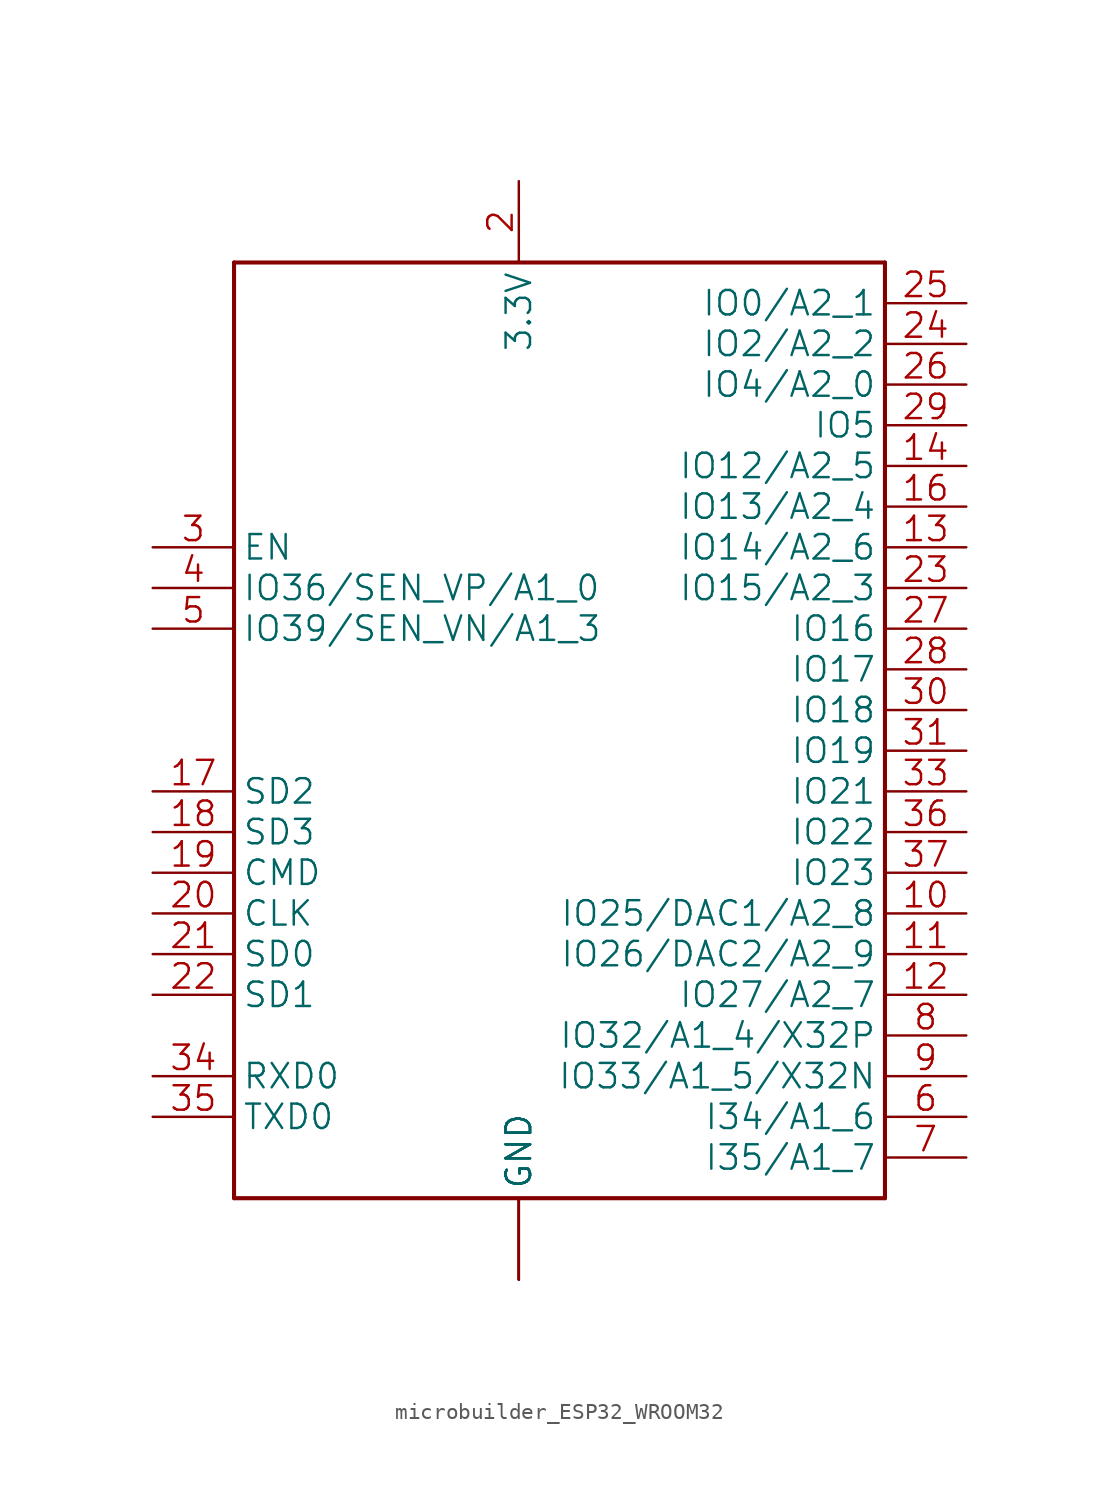
<source format=kicad_sym>
(kicad_symbol_lib
  (version 20241209)
  (generator "kicad_symbol_editor")
  (generator_version "9.0")
  (symbol "microbuilder_ESP32_WROOM32"
    (property "Reference" "X"
      (at 0 0 0)
      (effects (font (size 1.27 1.27)) (hide yes)))
    (property "ki_locked" ""
      (at 0 0 0)
      (effects (font (size 1.27 1.27))))
    (symbol "microbuilder_ESP32_WROOM32_1_0"
      (polyline (pts (xy -17.78 35.56) (xy 22.86 35.56)) (stroke (width 0.254) (type solid)) (fill (type none)))
      (polyline (pts (xy -17.78 -22.86) (xy -17.78 35.56)) (stroke (width 0.254) (type solid)) (fill (type none)))
      (polyline (pts (xy 22.86 35.56) (xy 22.86 -22.86)) (stroke (width 0.254) (type solid)) (fill (type none)))
      (polyline (pts (xy 22.86 -22.86) (xy -17.78 -22.86)) (stroke (width 0.254) (type solid)) (fill (type none)))
      (pin input line (at -22.86 17.78 0) (length 5.08) (name "EN" (effects (font (size 1.524 1.524)))) (number "3" (effects (font (size 1.524 1.524)))))
      (pin passive line (at -22.86 15.24 0) (length 5.08) (name "IO36/SEN_VP/A1_0" (effects (font (size 1.524 1.524)))) (number "4" (effects (font (size 1.524 1.524)))))
      (pin passive line (at -22.86 12.7 0) (length 5.08) (name "IO39/SEN_VN/A1_3" (effects (font (size 1.524 1.524)))) (number "5" (effects (font (size 1.524 1.524)))))
      (pin bidirectional line (at -22.86 2.54 0) (length 5.08) (name "SD2" (effects (font (size 1.524 1.524)))) (number "17" (effects (font (size 1.524 1.524)))))
      (pin bidirectional line (at -22.86 0 0) (length 5.08) (name "SD3" (effects (font (size 1.524 1.524)))) (number "18" (effects (font (size 1.524 1.524)))))
      (pin bidirectional line (at -22.86 -2.54 0) (length 5.08) (name "CMD" (effects (font (size 1.524 1.524)))) (number "19" (effects (font (size 1.524 1.524)))))
      (pin bidirectional line (at -22.86 -5.08 0) (length 5.08) (name "CLK" (effects (font (size 1.524 1.524)))) (number "20" (effects (font (size 1.524 1.524)))))
      (pin bidirectional line (at -22.86 -7.62 0) (length 5.08) (name "SD0" (effects (font (size 1.524 1.524)))) (number "21" (effects (font (size 1.524 1.524)))))
      (pin bidirectional line (at -22.86 -10.16 0) (length 5.08) (name "SD1" (effects (font (size 1.524 1.524)))) (number "22" (effects (font (size 1.524 1.524)))))
      (pin input line (at -22.86 -15.24 0) (length 5.08) (name "RXD0" (effects (font (size 1.524 1.524)))) (number "34" (effects (font (size 1.524 1.524)))))
      (pin output line (at -22.86 -17.78 0) (length 5.08) (name "TXD0" (effects (font (size 1.524 1.524)))) (number "35" (effects (font (size 1.524 1.524)))))
      (pin passive line (at 0 40.64 270) (length 5.08) (name "3.3V" (effects (font (size 1.524 1.524)))) (number "2" (effects (font (size 1.524 1.524)))))
      (pin passive line (at 0 -27.94 90) (length 5.08) (name "GND" (effects (font (size 1.524 1.524)))) (number "1" (effects (font (size 0 0)))))
      (pin passive line (at 0 -27.94 90) (length 5.08) (name "GND" (effects (font (size 1.524 1.524)))) (number "15" (effects (font (size 0 0)))))
      (pin passive line (at 0 -27.94 90) (length 5.08) (name "GND" (effects (font (size 1.524 1.524)))) (number "38" (effects (font (size 0 0)))))
      (pin passive line (at 0 -27.94 90) (length 5.08) (name "GND" (effects (font (size 1.524 1.524)))) (number "P$1" (effects (font (size 0 0)))))
      (pin bidirectional line (at 27.94 33.02 180) (length 5.08) (name "IO0/A2_1" (effects (font (size 1.524 1.524)))) (number "25" (effects (font (size 1.524 1.524)))))
      (pin bidirectional line (at 27.94 30.48 180) (length 5.08) (name "IO2/A2_2" (effects (font (size 1.524 1.524)))) (number "24" (effects (font (size 1.524 1.524)))))
      (pin bidirectional line (at 27.94 27.94 180) (length 5.08) (name "IO4/A2_0" (effects (font (size 1.524 1.524)))) (number "26" (effects (font (size 1.524 1.524)))))
      (pin bidirectional line (at 27.94 25.4 180) (length 5.08) (name "IO5" (effects (font (size 1.524 1.524)))) (number "29" (effects (font (size 1.524 1.524)))))
      (pin bidirectional line (at 27.94 22.86 180) (length 5.08) (name "IO12/A2_5" (effects (font (size 1.524 1.524)))) (number "14" (effects (font (size 1.524 1.524)))))
      (pin bidirectional line (at 27.94 20.32 180) (length 5.08) (name "IO13/A2_4" (effects (font (size 1.524 1.524)))) (number "16" (effects (font (size 1.524 1.524)))))
      (pin bidirectional line (at 27.94 17.78 180) (length 5.08) (name "IO14/A2_6" (effects (font (size 1.524 1.524)))) (number "13" (effects (font (size 1.524 1.524)))))
      (pin bidirectional line (at 27.94 15.24 180) (length 5.08) (name "IO15/A2_3" (effects (font (size 1.524 1.524)))) (number "23" (effects (font (size 1.524 1.524)))))
      (pin bidirectional line (at 27.94 12.7 180) (length 5.08) (name "IO16" (effects (font (size 1.524 1.524)))) (number "27" (effects (font (size 1.524 1.524)))))
      (pin bidirectional line (at 27.94 10.16 180) (length 5.08) (name "IO17" (effects (font (size 1.524 1.524)))) (number "28" (effects (font (size 1.524 1.524)))))
      (pin bidirectional line (at 27.94 7.62 180) (length 5.08) (name "IO18" (effects (font (size 1.524 1.524)))) (number "30" (effects (font (size 1.524 1.524)))))
      (pin bidirectional line (at 27.94 5.08 180) (length 5.08) (name "IO19" (effects (font (size 1.524 1.524)))) (number "31" (effects (font (size 1.524 1.524)))))
      (pin bidirectional line (at 27.94 2.54 180) (length 5.08) (name "IO21" (effects (font (size 1.524 1.524)))) (number "33" (effects (font (size 1.524 1.524)))))
      (pin bidirectional line (at 27.94 0 180) (length 5.08) (name "IO22" (effects (font (size 1.524 1.524)))) (number "36" (effects (font (size 1.524 1.524)))))
      (pin bidirectional line (at 27.94 -2.54 180) (length 5.08) (name "IO23" (effects (font (size 1.524 1.524)))) (number "37" (effects (font (size 1.524 1.524)))))
      (pin bidirectional line (at 27.94 -5.08 180) (length 5.08) (name "IO25/DAC1/A2_8" (effects (font (size 1.524 1.524)))) (number "10" (effects (font (size 1.524 1.524)))))
      (pin bidirectional line (at 27.94 -7.62 180) (length 5.08) (name "IO26/DAC2/A2_9" (effects (font (size 1.524 1.524)))) (number "11" (effects (font (size 1.524 1.524)))))
      (pin bidirectional line (at 27.94 -10.16 180) (length 5.08) (name "IO27/A2_7" (effects (font (size 1.524 1.524)))) (number "12" (effects (font (size 1.524 1.524)))))
      (pin bidirectional line (at 27.94 -12.7 180) (length 5.08) (name "IO32/A1_4/X32P" (effects (font (size 1.524 1.524)))) (number "8" (effects (font (size 1.524 1.524)))))
      (pin bidirectional line (at 27.94 -15.24 180) (length 5.08) (name "IO33/A1_5/X32N" (effects (font (size 1.524 1.524)))) (number "9" (effects (font (size 1.524 1.524)))))
      (pin bidirectional line (at 27.94 -17.78 180) (length 5.08) (name "I34/A1_6" (effects (font (size 1.524 1.524)))) (number "6" (effects (font (size 1.524 1.524)))))
      (pin bidirectional line (at 27.94 -20.32 180) (length 5.08) (name "I35/A1_7" (effects (font (size 1.524 1.524)))) (number "7" (effects (font (size 1.524 1.524))))))))
</source>
